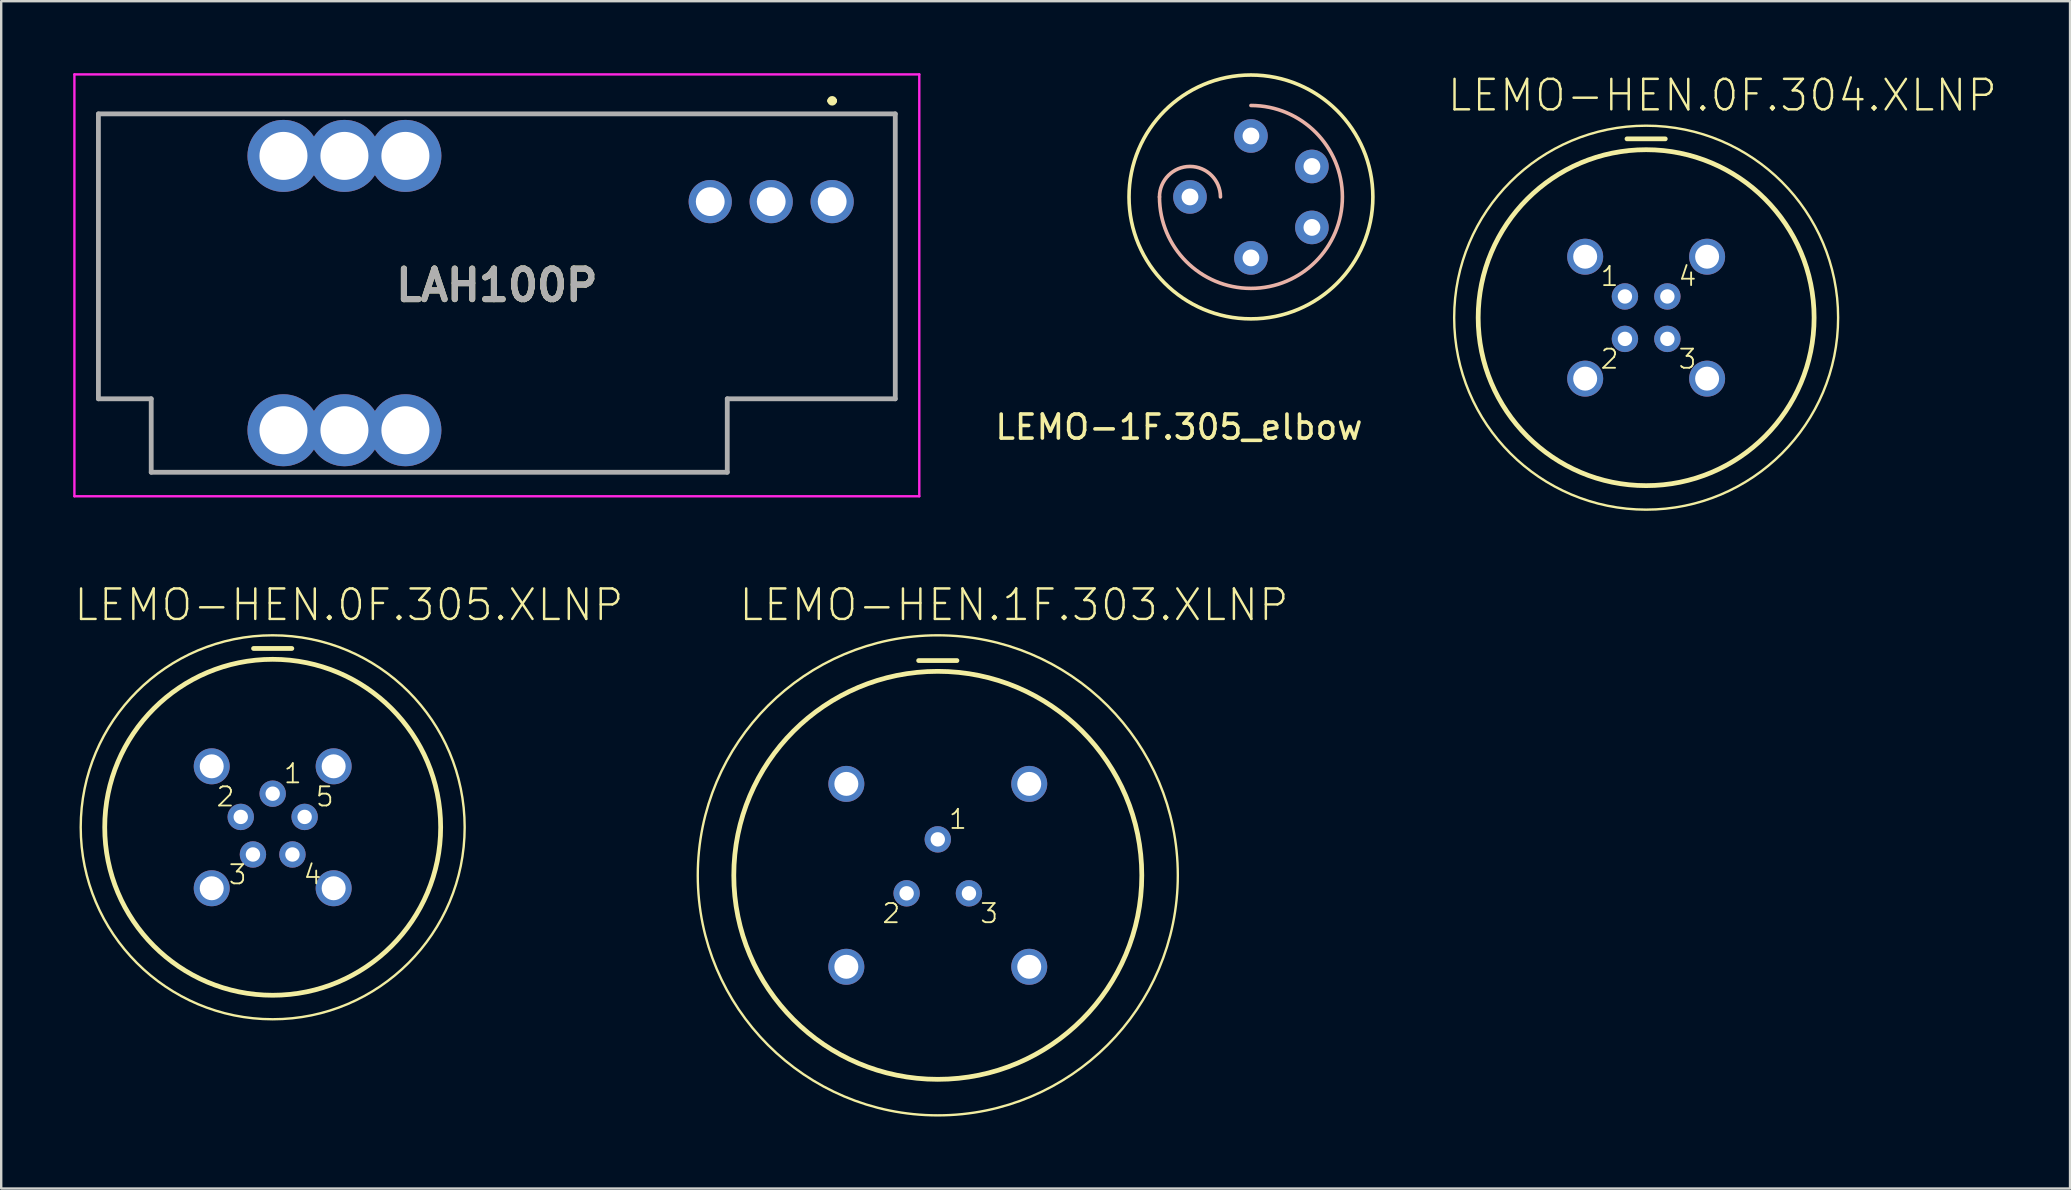
<source format=kicad_pcb>
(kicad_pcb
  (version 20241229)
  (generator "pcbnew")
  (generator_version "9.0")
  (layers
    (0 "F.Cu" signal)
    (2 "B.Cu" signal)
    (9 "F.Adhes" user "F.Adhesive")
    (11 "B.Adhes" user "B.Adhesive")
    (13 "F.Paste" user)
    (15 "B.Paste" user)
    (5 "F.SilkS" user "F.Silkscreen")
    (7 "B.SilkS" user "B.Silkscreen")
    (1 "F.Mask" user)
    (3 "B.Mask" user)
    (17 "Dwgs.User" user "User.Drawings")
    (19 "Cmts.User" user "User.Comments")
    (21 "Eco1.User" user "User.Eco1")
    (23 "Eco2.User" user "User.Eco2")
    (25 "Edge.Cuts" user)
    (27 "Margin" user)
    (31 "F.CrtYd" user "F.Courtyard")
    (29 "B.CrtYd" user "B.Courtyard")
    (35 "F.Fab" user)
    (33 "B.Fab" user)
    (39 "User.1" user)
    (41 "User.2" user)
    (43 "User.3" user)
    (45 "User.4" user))
  (footprint "LEMO-HEN.0F.305.XLNP"
    (layer "F.Cu")
    (at 8.311 31.417)
    (property "Reference" "LEMO-HEN.0F.305.XLNP" (at 3.175 -9.263 0) (layer "F.SilkS") (effects (font (size 1.27 1.27) (thickness 0.102))))
    (attr exclude_from_pos_files exclude_from_bom)
    (fp_line (start -0.798 -7.45) (end 0.798 -7.45) (stroke (width 0.198) (type solid)) (layer "F.SilkS"))
    (fp_circle (center 0 0) (end 0 -7.998) (stroke (width 0.099) (type solid)) (fill no) (layer "F.SilkS"))
    (fp_circle (center 0 0) (end 0 -6.998) (stroke (width 0.198) (type solid)) (fill no) (layer "F.SilkS"))
    (fp_text user "4" (at 1.661 1.971 0) (layer "F.SilkS") (effects (font (size 0.798 0.798) (thickness 0.076))))
    (fp_text user "5" (at 2.169 -1.273 0) (layer "F.SilkS") (effects (font (size 0.798 0.798) (thickness 0.076))))
    (fp_text user "2" (at -1.968 -1.273 0) (layer "F.SilkS") (effects (font (size 0.798 0.798) (thickness 0.076))))
    (fp_text user "3" (at -1.46 1.971 0) (layer "F.SilkS") (effects (font (size 0.798 0.798) (thickness 0.076))))
    (fp_text user "1" (at 0.838 -2.238 0) (layer "F.SilkS") (effects (font (size 0.798 0.798) (thickness 0.076))))
    (pad "1" thru_hole circle (at 0 -1.4) (size 1.1 1.1) (drill 0.599) (layers "*.Cu" "*.Paste" "*.Mask"))
    (pad "2" thru_hole circle (at -1.331 -0.432) (size 1.1 1.1) (drill 0.599) (layers "*.Cu" "*.Paste" "*.Mask"))
    (pad "3" thru_hole circle (at -0.823 1.133) (size 1.1 1.1) (drill 0.599) (layers "*.Cu" "*.Paste" "*.Mask"))
    (pad "4" thru_hole circle (at 0.823 1.133) (size 1.1 1.1) (drill 0.599) (layers "*.Cu" "*.Paste" "*.Mask"))
    (pad "5" thru_hole circle (at 1.331 -0.432) (size 1.1 1.1) (drill 0.599) (layers "*.Cu" "*.Paste" "*.Mask"))
    (pad "7" thru_hole circle (at -2.54 2.54) (size 1.499 1.499) (drill 0.998) (layers "*.Cu" "*.Paste" "*.Mask"))
    (pad "8" thru_hole circle (at 2.54 2.54) (size 1.499 1.499) (drill 0.998) (layers "*.Cu" "*.Paste" "*.Mask"))
    (pad "9" thru_hole circle (at 2.54 -2.54) (size 1.499 1.499) (drill 0.998) (layers "*.Cu" "*.Paste" "*.Mask"))
    (pad "10" thru_hole circle (at -2.54 -2.54) (size 1.499 1.499) (drill 0.998) (layers "*.Cu" "*.Paste" "*.Mask")))
  (footprint "LAH100P"
    (layer "F.Cu")
    (at 31.62 5.35)
    (property "Reference" "LAH100P" (at -13.97 3.487 0) (layer "F.SilkS") (effects (font (size 1.27 1.27) (thickness 0.254))))
    (attr through_hole)
    (fp_line (start -30.57 -3.655) (end 2.63 -3.655) (stroke (width 0.1) (type solid)) (layer "F.SilkS"))
    (fp_line (start -30.57 8.215) (end -30.57 -3.655) (stroke (width 0.1) (type solid)) (layer "F.SilkS"))
    (fp_line (start -30.39 8.215) (end -30.57 8.215) (stroke (width 0.1) (type solid)) (layer "F.SilkS"))
    (fp_line (start -28.37 8.215) (end -30.39 8.215) (stroke (width 0.1) (type solid)) (layer "F.SilkS"))
    (fp_line (start -28.37 11.275) (end -28.37 8.215) (stroke (width 0.1) (type solid)) (layer "F.SilkS"))
    (fp_line (start -4.37 8.215) (end -4.37 11.275) (stroke (width 0.1) (type solid)) (layer "F.SilkS"))
    (fp_line (start -4.37 11.275) (end -28.37 11.275) (stroke (width 0.1) (type solid)) (layer "F.SilkS"))
    (fp_line (start -0.1 -4.2) (end -0.1 -4.2) (stroke (width 0.2) (type solid)) (layer "F.SilkS"))
    (fp_line (start 0.1 -4.2) (end 0.1 -4.2) (stroke (width 0.2) (type solid)) (layer "F.SilkS"))
    (fp_line (start 2.63 -3.655) (end 2.63 8.215) (stroke (width 0.1) (type solid)) (layer "F.SilkS"))
    (fp_line (start 2.63 8.215) (end -4.37 8.215) (stroke (width 0.1) (type solid)) (layer "F.SilkS"))
    (fp_arc (start -0.1 -4.2) (mid 0 -4.3) (end 0.1 -4.2) (stroke (width 0.2) (type solid)) (layer "F.SilkS"))
    (fp_arc (start 0.1 -4.2) (mid 0 -4.1) (end -0.1 -4.2) (stroke (width 0.2) (type solid)) (layer "F.SilkS"))
    (fp_line (start -31.57 -5.3) (end -31.57 12.275) (stroke (width 0.1) (type solid)) (layer "F.CrtYd"))
    (fp_line (start -31.57 12.275) (end 3.63 12.275) (stroke (width 0.1) (type solid)) (layer "F.CrtYd"))
    (fp_line (start 3.63 -5.3) (end -31.57 -5.3) (stroke (width 0.1) (type solid)) (layer "F.CrtYd"))
    (fp_line (start 3.63 12.275) (end 3.63 -5.3) (stroke (width 0.1) (type solid)) (layer "F.CrtYd"))
    (fp_line (start -30.57 -3.655) (end 2.63 -3.655) (stroke (width 0.2) (type solid)) (layer "F.Fab"))
    (fp_line (start -30.57 8.215) (end -30.57 -3.655) (stroke (width 0.2) (type solid)) (layer "F.Fab"))
    (fp_line (start -28.37 8.215) (end -30.57 8.215) (stroke (width 0.2) (type solid)) (layer "F.Fab"))
    (fp_line (start -28.37 11.275) (end -28.37 8.215) (stroke (width 0.2) (type solid)) (layer "F.Fab"))
    (fp_line (start -4.37 8.215) (end -4.37 11.275) (stroke (width 0.2) (type solid)) (layer "F.Fab"))
    (fp_line (start -4.37 11.275) (end -28.37 11.275) (stroke (width 0.2) (type solid)) (layer "F.Fab"))
    (fp_line (start 2.63 -3.655) (end 2.63 8.215) (stroke (width 0.2) (type solid)) (layer "F.Fab"))
    (fp_line (start 2.63 8.215) (end -4.37 8.215) (stroke (width 0.2) (type solid)) (layer "F.Fab"))
    (fp_text user "${REFERENCE}" (at -13.97 3.487 0) (layer "F.Fab") (effects (font (size 1.27 1.27) (thickness 0.254))))
    (pad "1" thru_hole circle (at 0 0) (size 1.8 1.8) (drill 1.2) (layers "*.Cu" "*.Mask"))
    (pad "2" thru_hole circle (at -2.54 0) (size 1.8 1.8) (drill 1.2) (layers "*.Cu" "*.Mask"))
    (pad "3" thru_hole circle (at -5.08 0) (size 1.8 1.8) (drill 1.2) (layers "*.Cu" "*.Mask"))
    (pad "4" thru_hole circle (at -17.78 -1.905) (size 3 3) (drill 2) (layers "*.Cu" "*.Mask"))
    (pad "5" thru_hole circle (at -20.32 -1.905) (size 3 3) (drill 2) (layers "*.Cu" "*.Mask"))
    (pad "6" thru_hole circle (at -22.86 -1.905) (size 3 3) (drill 2) (layers "*.Cu" "*.Mask"))
    (pad "7" thru_hole circle (at -22.86 9.525) (size 3 3) (drill 2) (layers "*.Cu" "*.Mask"))
    (pad "8" thru_hole circle (at -20.32 9.525) (size 3 3) (drill 2) (layers "*.Cu" "*.Mask"))
    (pad "9" thru_hole circle (at -17.78 9.525) (size 3 3) (drill 2) (layers "*.Cu" "*.Mask")))
  (footprint "LEMO-HEN.0F.304.XLNP"
    (layer "F.Cu")
    (at 65.533 10.185)
    (property "Reference" "LEMO-HEN.0F.304.XLNP" (at 3.175 -9.263 0) (layer "F.SilkS") (effects (font (size 1.27 1.27) (thickness 0.102))))
    (attr exclude_from_pos_files exclude_from_bom)
    (fp_line (start -0.798 -7.45) (end 0.798 -7.45) (stroke (width 0.198) (type solid)) (layer "F.SilkS"))
    (fp_circle (center 0 0) (end 0 -7.998) (stroke (width 0.099) (type solid)) (fill no) (layer "F.SilkS"))
    (fp_circle (center 0 0) (end 0 -6.998) (stroke (width 0.198) (type solid)) (fill no) (layer "F.SilkS"))
    (fp_text user "3" (at 1.722 1.722 0) (layer "F.SilkS") (effects (font (size 0.798 0.798) (thickness 0.076))))
    (fp_text user "4" (at 1.722 -1.722 0) (layer "F.SilkS") (effects (font (size 0.798 0.798) (thickness 0.076))))
    (fp_text user "2" (at -1.524 1.722 0) (layer "F.SilkS") (effects (font (size 0.798 0.798) (thickness 0.076))))
    (fp_text user "1" (at -1.524 -1.722 0) (layer "F.SilkS") (effects (font (size 0.798 0.798) (thickness 0.076))))
    (pad "1" thru_hole circle (at -0.884 -0.884) (size 1.1 1.1) (drill 0.599) (layers "*.Cu" "*.Paste" "*.Mask"))
    (pad "2" thru_hole circle (at -0.884 0.884) (size 1.1 1.1) (drill 0.599) (layers "*.Cu" "*.Paste" "*.Mask"))
    (pad "3" thru_hole circle (at 0.884 0.884) (size 1.1 1.1) (drill 0.599) (layers "*.Cu" "*.Paste" "*.Mask"))
    (pad "4" thru_hole circle (at 0.884 -0.884) (size 1.1 1.1) (drill 0.599) (layers "*.Cu" "*.Paste" "*.Mask"))
    (pad "6" thru_hole circle (at -2.54 2.54) (size 1.499 1.499) (drill 0.998) (layers "*.Cu" "*.Paste" "*.Mask"))
    (pad "7" thru_hole circle (at 2.54 2.54) (size 1.499 1.499) (drill 0.998) (layers "*.Cu" "*.Paste" "*.Mask"))
    (pad "8" thru_hole circle (at 2.54 -2.54) (size 1.499 1.499) (drill 0.998) (layers "*.Cu" "*.Paste" "*.Mask"))
    (pad "9" thru_hole circle (at -2.54 -2.54) (size 1.499 1.499) (drill 0.998) (layers "*.Cu" "*.Paste" "*.Mask")))
  (footprint "LEMO-1F.305_elbow"
    (layer "F.Cu")
    (at 46.528 5.155)
    (property "Reference" "LEMO-1F.305_elbow" (at -0.46 9.59 0) (layer "F.SilkS") (effects (font (size 1 1) (thickness 0.15))))
    (attr through_hole)
    (fp_circle (center 2.54 0) (end -2.54 0) (stroke (width 0.15) (type solid)) (fill no) (layer "F.SilkS"))
    (fp_arc (start -1.27 0) (mid 0 -1.27) (end 1.27 0) (stroke (width 0.15) (type solid)) (layer "B.SilkS"))
    (fp_arc (start 2.54 -3.81) (mid 5.234077 2.694077) (end -1.27 0) (stroke (width 0.15) (type solid)) (layer "B.SilkS"))
    (pad "1" thru_hole circle (at 0 0) (size 1.4 1.4) (drill 0.7) (layers "*.Cu" "*.Mask"))
    (pad "2" thru_hole circle (at 2.54 2.54) (size 1.4 1.4) (drill 0.7) (layers "*.Cu" "*.Mask"))
    (pad "3" thru_hole circle (at 5.08 1.27) (size 1.4 1.4) (drill 0.7) (layers "*.Cu" "*.Mask"))
    (pad "4" thru_hole circle (at 5.08 -1.27) (size 1.4 1.4) (drill 0.7) (layers "*.Cu" "*.Mask"))
    (pad "5" thru_hole circle (at 2.54 -2.54) (size 1.4 1.4) (drill 0.7) (layers "*.Cu" "*.Mask")))
  (footprint "LEMO-HEN.1F.303.XLNP"
    (layer "F.Cu")
    (at 36.021 33.419)
    (property "Reference" "LEMO-HEN.1F.303.XLNP" (at 3.175 -11.265 0) (layer "F.SilkS") (effects (font (size 1.27 1.27) (thickness 0.102))))
    (attr exclude_from_pos_files exclude_from_bom)
    (fp_line (start -0.798 -8.948) (end 0.798 -8.948) (stroke (width 0.198) (type solid)) (layer "F.SilkS"))
    (fp_circle (center 0 0) (end 0 -10) (stroke (width 0.099) (type solid)) (fill no) (layer "F.SilkS"))
    (fp_circle (center 0 0) (end 0 -8.499) (stroke (width 0.198) (type solid)) (fill no) (layer "F.SilkS"))
    (fp_text user "3" (at 2.139 1.587 0) (layer "F.SilkS") (effects (font (size 0.798 0.798) (thickness 0.076))))
    (fp_text user "1" (at 0.838 -2.339 0) (layer "F.SilkS") (effects (font (size 0.798 0.798) (thickness 0.076))))
    (fp_text user "2" (at -1.938 1.587 0) (layer "F.SilkS") (effects (font (size 0.798 0.798) (thickness 0.076))))
    (pad "1" thru_hole circle (at 0 -1.499) (size 1.1 1.1) (drill 0.599) (layers "*.Cu" "*.Paste" "*.Mask"))
    (pad "2" thru_hole circle (at -1.298 0.749) (size 1.1 1.1) (drill 0.599) (layers "*.Cu" "*.Paste" "*.Mask"))
    (pad "3" thru_hole circle (at 1.298 0.749) (size 1.1 1.1) (drill 0.599) (layers "*.Cu" "*.Paste" "*.Mask"))
    (pad "5" thru_hole circle (at -3.81 3.81) (size 1.499 1.499) (drill 0.998) (layers "*.Cu" "*.Paste" "*.Mask"))
    (pad "6" thru_hole circle (at 3.81 3.81) (size 1.499 1.499) (drill 0.998) (layers "*.Cu" "*.Paste" "*.Mask"))
    (pad "7" thru_hole circle (at 3.81 -3.81) (size 1.499 1.499) (drill 0.998) (layers "*.Cu" "*.Paste" "*.Mask"))
    (pad "8" thru_hole circle (at -3.81 -3.81) (size 1.499 1.499) (drill 0.998) (layers "*.Cu" "*.Paste" "*.Mask")))
  (gr_rect
    (start -3 -3)
    (end 83.194 46.468)
    (stroke (width 0.1) (type default))
    (fill no)
    (layer "Edge.Cuts")))
</source>
